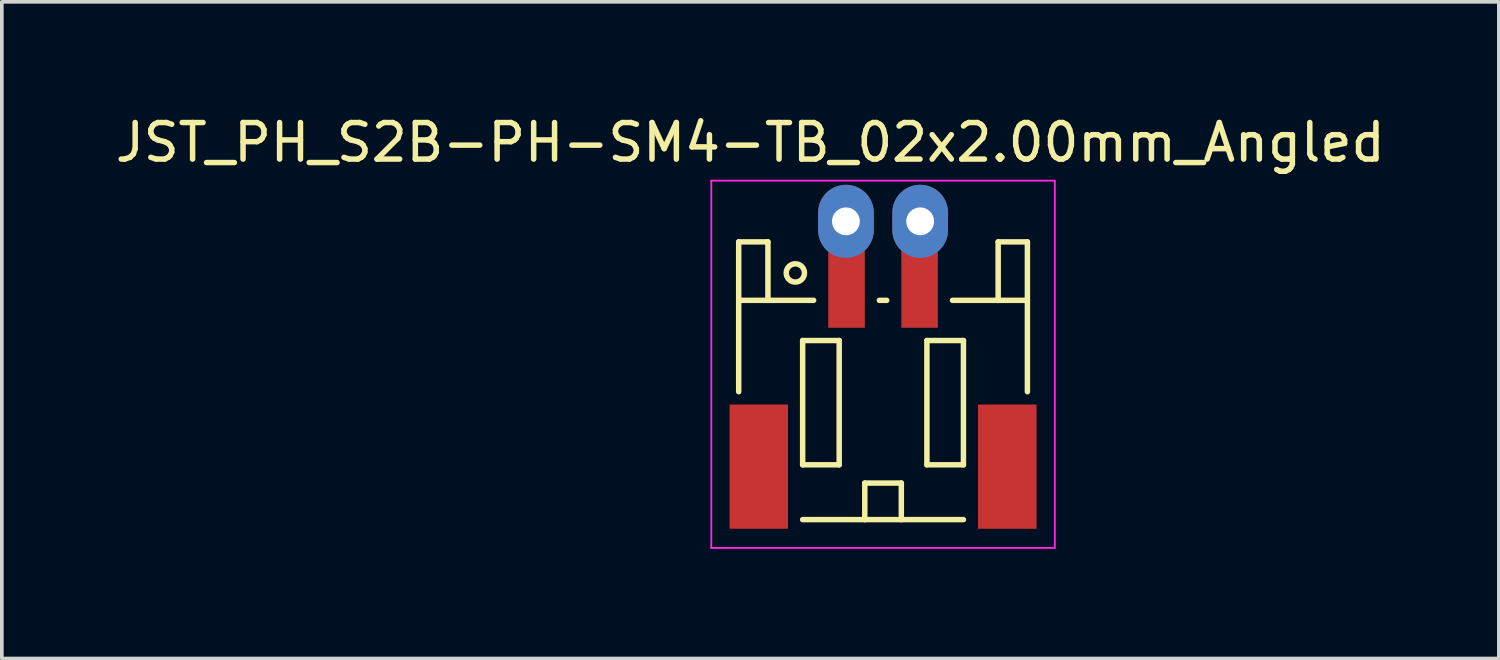
<source format=kicad_pcb>
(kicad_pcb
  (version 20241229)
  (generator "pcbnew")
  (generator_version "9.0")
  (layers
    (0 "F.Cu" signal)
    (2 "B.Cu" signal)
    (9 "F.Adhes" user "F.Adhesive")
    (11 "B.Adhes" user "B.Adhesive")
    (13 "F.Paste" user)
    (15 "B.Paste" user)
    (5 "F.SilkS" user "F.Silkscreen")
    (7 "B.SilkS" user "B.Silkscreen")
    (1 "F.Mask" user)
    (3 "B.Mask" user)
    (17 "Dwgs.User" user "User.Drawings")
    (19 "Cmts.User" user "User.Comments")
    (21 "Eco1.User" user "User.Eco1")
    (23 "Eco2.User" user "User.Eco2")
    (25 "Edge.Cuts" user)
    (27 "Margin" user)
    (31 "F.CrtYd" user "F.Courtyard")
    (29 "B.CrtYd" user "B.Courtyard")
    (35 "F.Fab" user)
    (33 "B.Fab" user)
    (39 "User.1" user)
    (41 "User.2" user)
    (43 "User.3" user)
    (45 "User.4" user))
  (footprint "JST_PH_S2B-PH-SM4-TB_02x2.00mm_Angled"
    (layer "F.Cu")
    (at 21.114 6.944)
    (property "Reference" "JST_PH_S2B-PH-SM4-TB_02x2.00mm_Angled" (at -3.632 -6.096 0) (layer "F.SilkS") (effects (font (size 1 1) (thickness 0.15))))
    (attr smd)
    (fp_line (start -3.95 -3.375) (end -3.95 0.725) (stroke (width 0.15) (type solid)) (layer "F.SilkS"))
    (fp_line (start -3.15 -3.375) (end -3.95 -3.375) (stroke (width 0.15) (type solid)) (layer "F.SilkS"))
    (fp_line (start -3.15 -1.775) (end -3.95 -1.775) (stroke (width 0.15) (type solid)) (layer "F.SilkS"))
    (fp_line (start -3.15 -1.775) (end -3.15 -3.375) (stroke (width 0.15) (type solid)) (layer "F.SilkS"))
    (fp_line (start -2.2 -0.675) (end -2.2 2.725) (stroke (width 0.15) (type solid)) (layer "F.SilkS"))
    (fp_line (start -2.2 2.725) (end -1.2 2.725) (stroke (width 0.15) (type solid)) (layer "F.SilkS"))
    (fp_line (start -2.2 4.225) (end 2.2 4.225) (stroke (width 0.15) (type solid)) (layer "F.SilkS"))
    (fp_line (start -1.9 -1.775) (end -3.15 -1.775) (stroke (width 0.15) (type solid)) (layer "F.SilkS"))
    (fp_line (start -1.2 -0.675) (end -2.2 -0.675) (stroke (width 0.15) (type solid)) (layer "F.SilkS"))
    (fp_line (start -1.2 2.725) (end -1.2 -0.675) (stroke (width 0.15) (type solid)) (layer "F.SilkS"))
    (fp_line (start -0.5 3.225) (end 0.5 3.225) (stroke (width 0.15) (type solid)) (layer "F.SilkS"))
    (fp_line (start -0.5 4.225) (end -0.5 3.225) (stroke (width 0.15) (type solid)) (layer "F.SilkS"))
    (fp_line (start -0.1 -1.775) (end 0.1 -1.775) (stroke (width 0.15) (type solid)) (layer "F.SilkS"))
    (fp_line (start 0.5 3.225) (end 0.5 4.225) (stroke (width 0.15) (type solid)) (layer "F.SilkS"))
    (fp_line (start 1.2 -0.675) (end 2.2 -0.675) (stroke (width 0.15) (type solid)) (layer "F.SilkS"))
    (fp_line (start 1.2 2.725) (end 1.2 -0.675) (stroke (width 0.15) (type solid)) (layer "F.SilkS"))
    (fp_line (start 1.9 -1.775) (end 3.15 -1.775) (stroke (width 0.15) (type solid)) (layer "F.SilkS"))
    (fp_line (start 2.2 -0.675) (end 2.2 2.725) (stroke (width 0.15) (type solid)) (layer "F.SilkS"))
    (fp_line (start 2.2 2.725) (end 1.2 2.725) (stroke (width 0.15) (type solid)) (layer "F.SilkS"))
    (fp_line (start 3.15 -3.375) (end 3.95 -3.375) (stroke (width 0.15) (type solid)) (layer "F.SilkS"))
    (fp_line (start 3.15 -1.775) (end 3.15 -3.375) (stroke (width 0.15) (type solid)) (layer "F.SilkS"))
    (fp_line (start 3.15 -1.775) (end 3.95 -1.775) (stroke (width 0.15) (type solid)) (layer "F.SilkS"))
    (fp_line (start 3.95 -3.375) (end 3.95 0.725) (stroke (width 0.15) (type solid)) (layer "F.SilkS"))
    (fp_circle (center -2.4 -2.525) (end -2.15 -2.525) (stroke (width 0.15) (type solid)) (fill no) (layer "F.SilkS"))
    (fp_line (start -4.7 -5.05) (end 4.7 -5.05) (stroke (width 0.05) (type solid)) (layer "F.CrtYd"))
    (fp_line (start -4.7 5) (end -4.7 -5.05) (stroke (width 0.05) (type solid)) (layer "F.CrtYd"))
    (fp_line (start 4.7 -5.05) (end 4.7 5) (stroke (width 0.05) (type solid)) (layer "F.CrtYd"))
    (fp_line (start 4.7 5) (end -4.7 5) (stroke (width 0.05) (type solid)) (layer "F.CrtYd"))
    (pad "1" thru_hole oval (at -1.016 -3.937) (size 1.524 2) (drill 0.762) (layers "*.Cu" "*.Mask"))
    (pad "1" smd rect (at -1 -2.775) (size 1 3.5) (layers "F.Cu" "F.Mask" "F.Paste"))
    (pad "2" smd rect (at 1 -2.775) (size 1 3.5) (layers "F.Cu" "F.Mask" "F.Paste"))
    (pad "2" thru_hole oval (at 1.016 -3.937) (size 1.524 2) (drill 0.762) (layers "*.Cu" "*.Mask"))
    (pad "MP" smd rect (at -3.4 2.775) (size 1.6 3.4) (layers "F.Cu" "F.Mask" "F.Paste"))
    (pad "MP" smd rect (at 3.4 2.775) (size 1.6 3.4) (layers "F.Cu" "F.Mask" "F.Paste")))
  (gr_rect
    (start -3 -3)
    (end 37.964 14.969)
    (stroke (width 0.1) (type default))
    (fill no)
    (layer "Edge.Cuts")))
</source>
